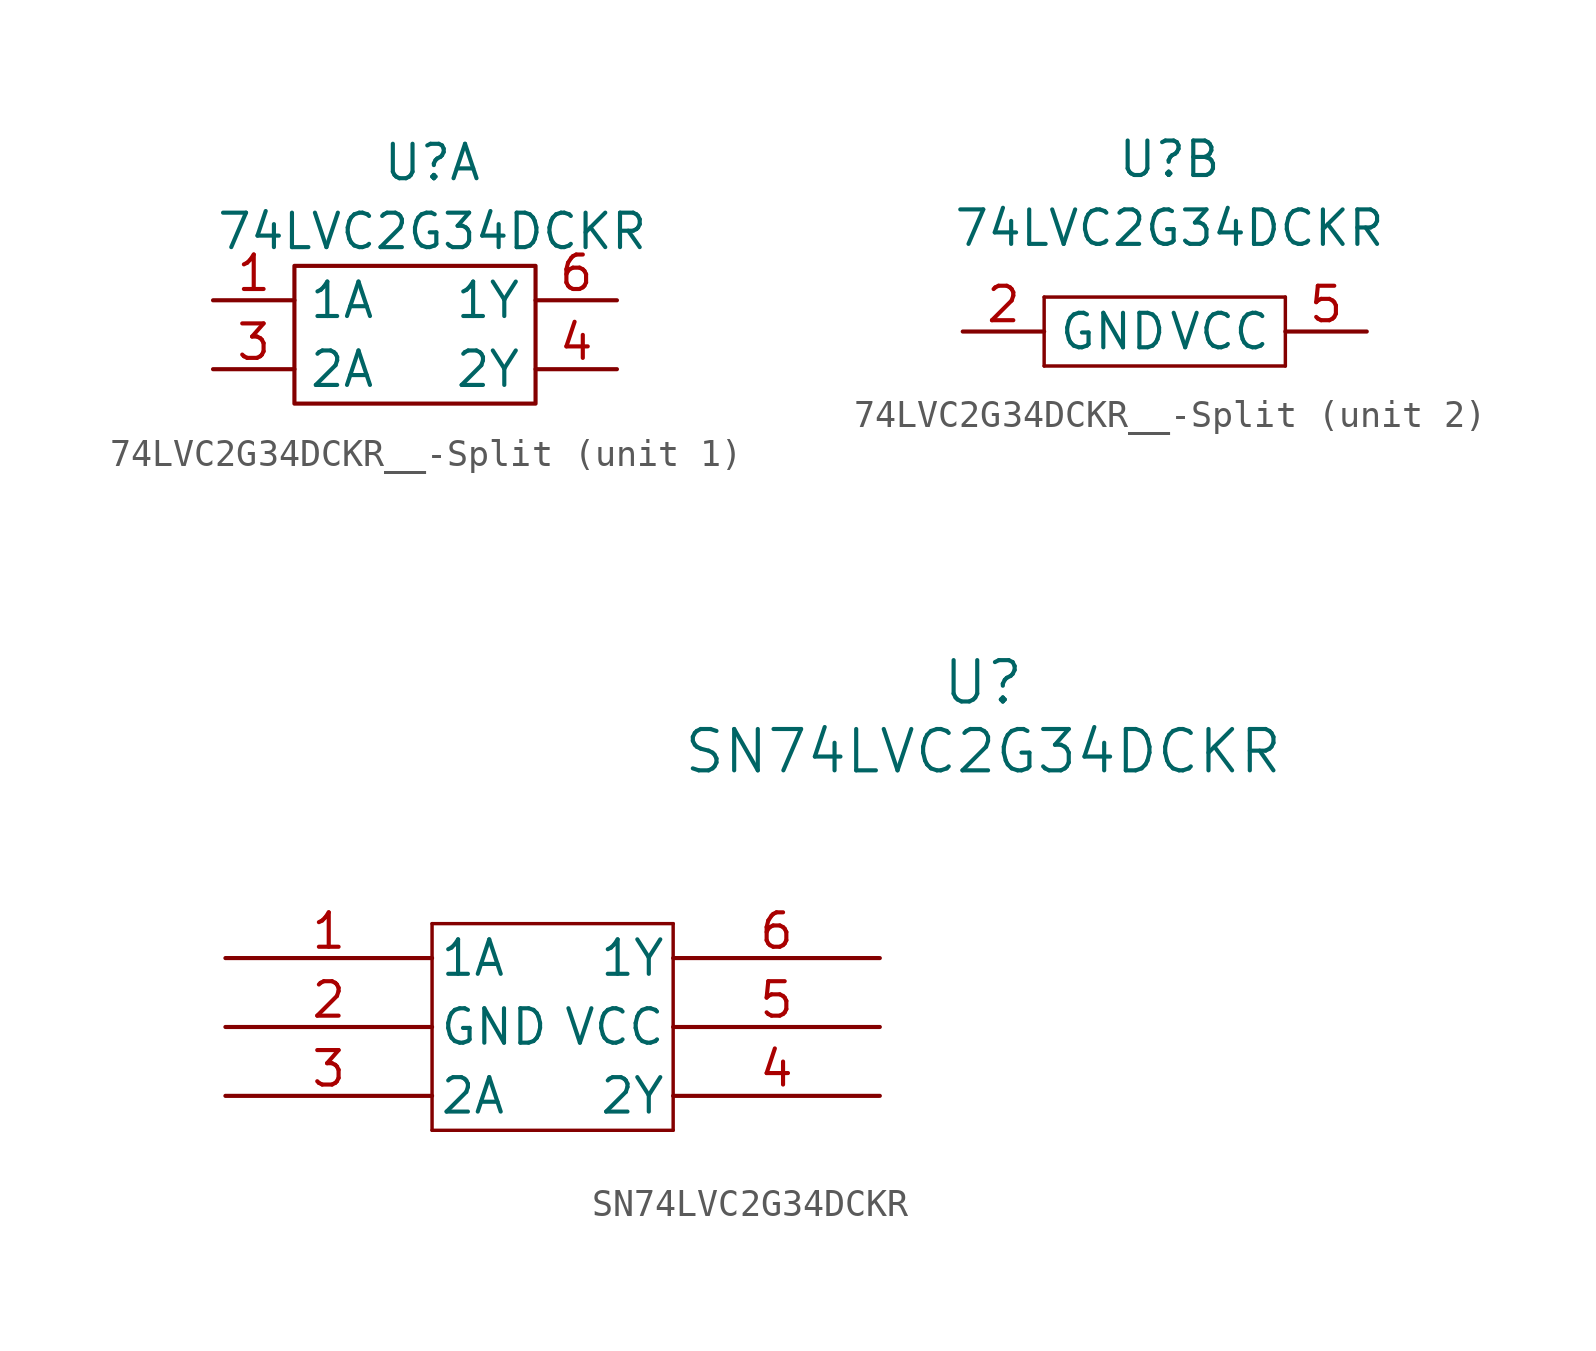
<source format=kicad_sym>
(kicad_symbol_lib
  (version 20220914)
  (generator kicad_symbol_editor)
  (symbol "74LVC2G34DCKR__-Split"
    (property "Reference" "U"
      (at 0 1.27 0)
      (effects (font (size 1.27 1.27))))
    (property "Value" "74LVC2G34DCKR"
      (at 0 -1.27 0)
      (effects (font (size 1.27 1.27))))
    (property "ki_locked" ""
      (at 0 0 0)
      (effects (font (size 1.27 1.27))))
    (symbol "74LVC2G34DCKR__-Split_1_1"
      (rectangle (start -5.08 -2.54) (end 3.81 -7.62) (stroke (width 0) (type default)) (fill (type none)))
      (pin input line (at -8.08 -3.81 0) (length 3) (name "1A" (effects (font (size 1.27 1.27)))) (number "1" (effects (font (size 1.27 1.27)))))
      (pin input line (at -8.08 -6.35 0) (length 3) (name "2A" (effects (font (size 1.27 1.27)))) (number "3" (effects (font (size 1.27 1.27)))))
      (pin output line (at 6.81 -6.35 180) (length 3) (name "2Y" (effects (font (size 1.27 1.27)))) (number "4" (effects (font (size 1.27 1.27)))))
      (pin output line (at 6.81 -3.81 180) (length 3) (name "1Y" (effects (font (size 1.27 1.27)))) (number "6" (effects (font (size 1.27 1.27))))))
    (symbol "74LVC2G34DCKR__-Split_2_1"
      (polyline (pts (xy -4.62 -6.35) (xy 4.27 -6.35)) (stroke (width 0.127) (type default)) (fill (type none)))
      (polyline (pts (xy -4.62 -3.81) (xy -4.62 -6.35)) (stroke (width 0.127) (type default)) (fill (type none)))
      (polyline (pts (xy 4.27 -6.35) (xy 4.27 -3.81)) (stroke (width 0.127) (type default)) (fill (type none)))
      (polyline (pts (xy 4.27 -3.81) (xy -4.62 -3.81)) (stroke (width 0.127) (type default)) (fill (type none)))
      (pin power_in line (at -7.62 -5.08 0) (length 3) (name "GND" (effects (font (size 1.27 1.27)))) (number "2" (effects (font (size 1.27 1.27)))))
      (pin power_in line (at 7.27 -5.08 180) (length 3) (name "VCC" (effects (font (size 1.27 1.27)))) (number "5" (effects (font (size 1.27 1.27)))))))
  (symbol "SN74LVC2G34DCKR"
    (pin_names
      (offset 0.254))
    (property "Reference" "U"
      (at 27.94 10.16 0)
      (effects (font (size 1.524 1.524))))
    (property "Value" "SN74LVC2G34DCKR"
      (at 27.94 7.62 0)
      (effects (font (size 1.524 1.524))))
    (symbol "SN74LVC2G34DCKR_0_1"
      (polyline (pts (xy 7.62 -6.35) (xy 16.51 -6.35)) (stroke (width 0.127) (type default)) (fill (type none)))
      (polyline (pts (xy 7.62 1.27) (xy 7.62 -6.35)) (stroke (width 0.127) (type default)) (fill (type none)))
      (polyline (pts (xy 16.51 -6.35) (xy 16.51 1.27)) (stroke (width 0.127) (type default)) (fill (type none)))
      (polyline (pts (xy 16.51 1.27) (xy 7.62 1.27)) (stroke (width 0.127) (type default)) (fill (type none)))
      (pin input line (at 0 0 0) (length 7.62) (name "1A" (effects (font (size 1.27 1.27)))) (number "1" (effects (font (size 1.27 1.27)))))
      (pin power_in line (at 0 -2.54 0) (length 7.62) (name "GND" (effects (font (size 1.27 1.27)))) (number "2" (effects (font (size 1.27 1.27)))))
      (pin input line (at 0 -5.08 0) (length 7.62) (name "2A" (effects (font (size 1.27 1.27)))) (number "3" (effects (font (size 1.27 1.27)))))
      (pin output line (at 24.13 -5.08 180) (length 7.62) (name "2Y" (effects (font (size 1.27 1.27)))) (number "4" (effects (font (size 1.27 1.27)))))
      (pin power_in line (at 24.13 -2.54 180) (length 7.62) (name "VCC" (effects (font (size 1.27 1.27)))) (number "5" (effects (font (size 1.27 1.27)))))
      (pin output line (at 24.13 0 180) (length 7.62) (name "1Y" (effects (font (size 1.27 1.27)))) (number "6" (effects (font (size 1.27 1.27))))))))
</source>
